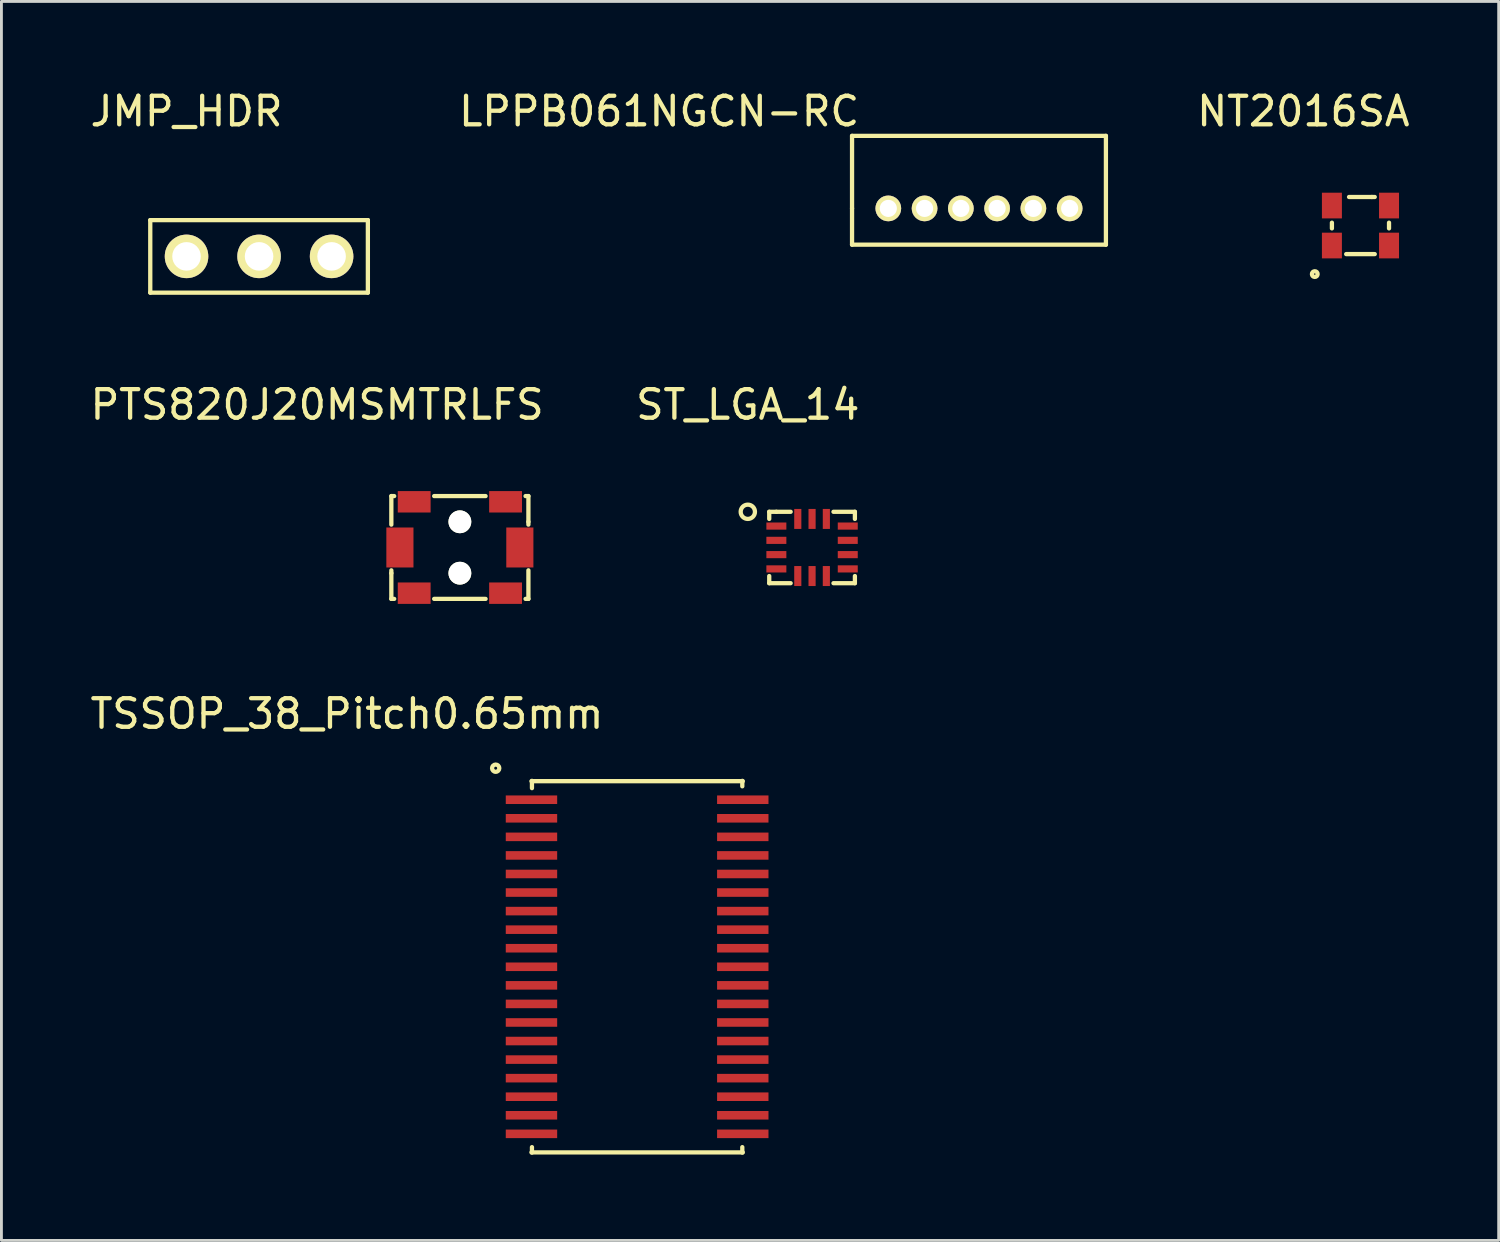
<source format=kicad_pcb>
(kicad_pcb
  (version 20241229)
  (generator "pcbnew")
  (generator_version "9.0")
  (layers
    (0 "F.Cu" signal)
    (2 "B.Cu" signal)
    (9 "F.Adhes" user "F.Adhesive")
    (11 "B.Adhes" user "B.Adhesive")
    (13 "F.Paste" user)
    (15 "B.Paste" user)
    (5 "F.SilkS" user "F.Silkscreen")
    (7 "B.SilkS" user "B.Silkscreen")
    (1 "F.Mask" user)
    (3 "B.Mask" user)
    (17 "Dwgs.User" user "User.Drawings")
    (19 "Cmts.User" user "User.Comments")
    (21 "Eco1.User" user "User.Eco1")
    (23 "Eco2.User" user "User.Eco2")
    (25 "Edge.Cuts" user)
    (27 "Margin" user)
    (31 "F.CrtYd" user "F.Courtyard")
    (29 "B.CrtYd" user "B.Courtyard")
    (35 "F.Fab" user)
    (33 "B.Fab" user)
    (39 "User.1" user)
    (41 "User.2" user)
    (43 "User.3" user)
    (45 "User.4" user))
  (footprint "ST_LGA_14"
    (layer "F.Cu")
    (at 25.387 16.122)
    (property "Reference" "ST_LGA_14" (at -2.25 -5 0) (layer "F.SilkS") (effects (font (size 1 1) (thickness 0.15))))
    (attr through_hole)
    (fp_line (start -1.5 -1.25) (end -1.5 -1) (stroke (width 0.15) (type solid)) (layer "F.SilkS"))
    (fp_line (start -1.5 1) (end -1.5 1.25) (stroke (width 0.15) (type solid)) (layer "F.SilkS"))
    (fp_line (start -1.5 1.25) (end -0.75 1.25) (stroke (width 0.15) (type solid)) (layer "F.SilkS"))
    (fp_line (start -1.25 -1.25) (end -1.5 -1.25) (stroke (width 0.15) (type solid)) (layer "F.SilkS"))
    (fp_line (start -0.75 -1.25) (end -1.25 -1.25) (stroke (width 0.15) (type solid)) (layer "F.SilkS"))
    (fp_line (start 0.75 -1.25) (end 1.5 -1.25) (stroke (width 0.15) (type solid)) (layer "F.SilkS"))
    (fp_line (start 0.75 1.25) (end 1.5 1.25) (stroke (width 0.15) (type solid)) (layer "F.SilkS"))
    (fp_line (start 1.5 -1.25) (end 1.5 -1) (stroke (width 0.15) (type solid)) (layer "F.SilkS"))
    (fp_line (start 1.5 1.25) (end 1.5 1) (stroke (width 0.15) (type solid)) (layer "F.SilkS"))
    (fp_circle (center -2.25 -1.25) (end -2.5 -1.25) (stroke (width 0.15) (type solid)) (fill no) (layer "F.SilkS"))
    (pad "1" smd rect (at -1.25 -0.75) (size 0.7 0.25) (layers "F.Cu" "F.Mask" "F.Paste"))
    (pad "2" smd rect (at -1.25 -0.25) (size 0.7 0.25) (layers "F.Cu" "F.Mask" "F.Paste"))
    (pad "3" smd rect (at -1.25 0.25) (size 0.7 0.25) (layers "F.Cu" "F.Mask" "F.Paste"))
    (pad "4" smd rect (at -1.25 0.75) (size 0.7 0.25) (layers "F.Cu" "F.Mask" "F.Paste"))
    (pad "5" smd rect (at -0.5 1) (size 0.25 0.7) (layers "F.Cu" "F.Mask" "F.Paste"))
    (pad "6" smd rect (at 0 1) (size 0.25 0.7) (layers "F.Cu" "F.Mask" "F.Paste"))
    (pad "7" smd rect (at 0.5 1) (size 0.25 0.7) (layers "F.Cu" "F.Mask" "F.Paste"))
    (pad "8" smd rect (at 1.25 0.75) (size 0.7 0.25) (layers "F.Cu" "F.Mask" "F.Paste"))
    (pad "9" smd rect (at 1.25 0.25) (size 0.7 0.25) (layers "F.Cu" "F.Mask" "F.Paste"))
    (pad "10" smd rect (at 1.25 -0.25) (size 0.7 0.25) (layers "F.Cu" "F.Mask" "F.Paste"))
    (pad "11" smd rect (at 1.25 -0.75) (size 0.7 0.25) (layers "F.Cu" "F.Mask" "F.Paste"))
    (pad "12" smd rect (at 0.5 -1) (size 0.25 0.7) (layers "F.Cu" "F.Mask" "F.Paste"))
    (pad "13" smd rect (at 0 -1) (size 0.25 0.7) (layers "F.Cu" "F.Mask" "F.Paste"))
    (pad "14" smd rect (at -0.5 -1) (size 0.25 0.7) (layers "F.Cu" "F.Mask" "F.Paste")))
  (footprint "JMP_HDR"
    (layer "F.Cu")
    (at 6.022 5.928)
    (property "Reference" "JMP_HDR" (at -2.54 -5.08 0) (layer "F.SilkS") (effects (font (size 1 1) (thickness 0.15))))
    (attr through_hole)
    (fp_line (start -3.81 -1.27) (end -3.81 1.27) (stroke (width 0.15) (type solid)) (layer "F.SilkS"))
    (fp_line (start -3.81 1.27) (end 3.81 1.27) (stroke (width 0.15) (type solid)) (layer "F.SilkS"))
    (fp_line (start 3.81 -1.27) (end -3.81 -1.27) (stroke (width 0.15) (type solid)) (layer "F.SilkS"))
    (fp_line (start 3.81 1.27) (end 3.81 -1.27) (stroke (width 0.15) (type solid)) (layer "F.SilkS"))
    (pad "1" thru_hole circle (at -2.54 0) (size 1.524 1.524) (drill 1) (layers "*.Cu" "*.Mask" "F.SilkS"))
    (pad "2" thru_hole circle (at 0 0) (size 1.524 1.524) (drill 1) (layers "*.Cu" "*.Mask" "F.SilkS"))
    (pad "3" thru_hole circle (at 2.54 0) (size 1.524 1.524) (drill 1) (layers "*.Cu" "*.Mask" "F.SilkS")))
  (footprint "TSSOP_38_Pitch0.65mm"
    (layer "F.Cu")
    (at 19.261 32.105)
    (property "Reference" "TSSOP_38_Pitch0.65mm" (at -10.16 -10.16 0) (layer "F.SilkS") (effects (font (size 1 1) (thickness 0.15))))
    (attr through_hole)
    (fp_line (start -3.7 -7.8) (end 3.7 -7.8) (stroke (width 0.15) (type solid)) (layer "F.SilkS"))
    (fp_line (start -3.7 5.2) (end 3.7 5.2) (stroke (width 0.15) (type solid)) (layer "F.SilkS"))
    (fp_line (start -3.683 -7.811) (end -3.683 -7.556) (stroke (width 0.15) (type solid)) (layer "F.SilkS"))
    (fp_line (start -3.683 5.207) (end -3.683 5.016) (stroke (width 0.15) (type solid)) (layer "F.SilkS"))
    (fp_line (start 3.683 -7.811) (end 3.683 -7.62) (stroke (width 0.15) (type solid)) (layer "F.SilkS"))
    (fp_line (start 3.683 5.207) (end 3.683 5.016) (stroke (width 0.15) (type solid)) (layer "F.SilkS"))
    (fp_circle (center -4.953 -8.255) (end -5.08 -8.255) (stroke (width 0.15) (type solid)) (fill no) (layer "F.SilkS"))
    (pad "1" smd rect (at -3.7 -7.15) (size 1.8 0.3) (layers "F.Cu" "F.Mask" "F.Paste"))
    (pad "2" smd rect (at -3.7 -6.5) (size 1.8 0.3) (layers "F.Cu" "F.Mask" "F.Paste"))
    (pad "3" smd rect (at -3.7 -5.85) (size 1.8 0.3) (layers "F.Cu" "F.Mask" "F.Paste"))
    (pad "4" smd rect (at -3.7 -5.2) (size 1.8 0.3) (layers "F.Cu" "F.Mask" "F.Paste"))
    (pad "5" smd rect (at -3.7 -4.55) (size 1.8 0.3) (layers "F.Cu" "F.Mask" "F.Paste"))
    (pad "6" smd rect (at -3.7 -3.9) (size 1.8 0.3) (layers "F.Cu" "F.Mask" "F.Paste"))
    (pad "7" smd rect (at -3.7 -3.25) (size 1.8 0.3) (layers "F.Cu" "F.Mask" "F.Paste"))
    (pad "8" smd rect (at -3.7 -2.6) (size 1.8 0.3) (layers "F.Cu" "F.Mask" "F.Paste"))
    (pad "9" smd rect (at -3.7 -1.95) (size 1.8 0.3) (layers "F.Cu" "F.Mask" "F.Paste"))
    (pad "10" smd rect (at -3.7 -1.3) (size 1.8 0.3) (layers "F.Cu" "F.Mask" "F.Paste"))
    (pad "11" smd rect (at -3.7 -0.65) (size 1.8 0.3) (layers "F.Cu" "F.Mask" "F.Paste"))
    (pad "12" smd rect (at -3.7 0) (size 1.8 0.3) (layers "F.Cu" "F.Mask" "F.Paste"))
    (pad "13" smd rect (at -3.7 0.65) (size 1.8 0.3) (layers "F.Cu" "F.Mask" "F.Paste"))
    (pad "14" smd rect (at -3.7 1.3) (size 1.8 0.3) (layers "F.Cu" "F.Mask" "F.Paste"))
    (pad "15" smd rect (at -3.7 1.95) (size 1.8 0.3) (layers "F.Cu" "F.Mask" "F.Paste"))
    (pad "16" smd rect (at -3.7 2.6) (size 1.8 0.3) (layers "F.Cu" "F.Mask" "F.Paste"))
    (pad "17" smd rect (at -3.7 3.25) (size 1.8 0.3) (layers "F.Cu" "F.Mask" "F.Paste"))
    (pad "18" smd rect (at -3.7 3.9) (size 1.8 0.3) (layers "F.Cu" "F.Mask" "F.Paste"))
    (pad "19" smd rect (at -3.7 4.55) (size 1.8 0.3) (layers "F.Cu" "F.Mask" "F.Paste"))
    (pad "20" smd rect (at 3.7 4.55) (size 1.8 0.3) (layers "F.Cu" "F.Mask" "F.Paste"))
    (pad "21" smd rect (at 3.7 3.9) (size 1.8 0.3) (layers "F.Cu" "F.Mask" "F.Paste"))
    (pad "22" smd rect (at 3.7 3.25) (size 1.8 0.3) (layers "F.Cu" "F.Mask" "F.Paste"))
    (pad "23" smd rect (at 3.7 2.6) (size 1.8 0.3) (layers "F.Cu" "F.Mask" "F.Paste"))
    (pad "24" smd rect (at 3.7 1.95) (size 1.8 0.3) (layers "F.Cu" "F.Mask" "F.Paste"))
    (pad "25" smd rect (at 3.7 1.3) (size 1.8 0.3) (layers "F.Cu" "F.Mask" "F.Paste"))
    (pad "26" smd rect (at 3.7 0.65) (size 1.8 0.3) (layers "F.Cu" "F.Mask" "F.Paste"))
    (pad "27" smd rect (at 3.7 0) (size 1.8 0.3) (layers "F.Cu" "F.Mask" "F.Paste"))
    (pad "28" smd rect (at 3.7 -0.65) (size 1.8 0.3) (layers "F.Cu" "F.Mask" "F.Paste"))
    (pad "29" smd rect (at 3.7 -1.3) (size 1.8 0.3) (layers "F.Cu" "F.Mask" "F.Paste"))
    (pad "30" smd rect (at 3.7 -1.95) (size 1.8 0.3) (layers "F.Cu" "F.Mask" "F.Paste"))
    (pad "31" smd rect (at 3.7 -2.6) (size 1.8 0.3) (layers "F.Cu" "F.Mask" "F.Paste"))
    (pad "32" smd rect (at 3.7 -3.25) (size 1.8 0.3) (layers "F.Cu" "F.Mask" "F.Paste"))
    (pad "33" smd rect (at 3.7 -3.9) (size 1.8 0.3) (layers "F.Cu" "F.Mask" "F.Paste"))
    (pad "34" smd rect (at 3.7 -4.55) (size 1.8 0.3) (layers "F.Cu" "F.Mask" "F.Paste"))
    (pad "35" smd rect (at 3.7 -5.2) (size 1.8 0.3) (layers "F.Cu" "F.Mask" "F.Paste"))
    (pad "36" smd rect (at 3.7 -5.85) (size 1.8 0.3) (layers "F.Cu" "F.Mask" "F.Paste"))
    (pad "37" smd rect (at 3.7 -6.5) (size 1.8 0.3) (layers "F.Cu" "F.Mask" "F.Paste"))
    (pad "38" smd rect (at 3.7 -7.15) (size 1.8 0.3) (layers "F.Cu" "F.Mask" "F.Paste")))
  (footprint "LPPB061NGCN-RC"
    (layer "F.Cu")
    (at 31.232 4.248)
    (property "Reference" "LPPB061NGCN-RC" (at -11.2 -3.4 0) (layer "F.SilkS") (effects (font (size 1 1) (thickness 0.15))))
    (attr through_hole)
    (fp_line (start -4.445 -2.54) (end 4.445 -2.54) (stroke (width 0.15) (type solid)) (layer "F.SilkS"))
    (fp_line (start -4.445 0) (end -4.445 -2.54) (stroke (width 0.15) (type solid)) (layer "F.SilkS"))
    (fp_line (start -4.445 1.27) (end -4.445 0) (stroke (width 0.15) (type solid)) (layer "F.SilkS"))
    (fp_line (start 4.445 -2.54) (end 4.445 1.27) (stroke (width 0.15) (type solid)) (layer "F.SilkS"))
    (fp_line (start 4.445 1.27) (end -4.445 1.27) (stroke (width 0.15) (type solid)) (layer "F.SilkS"))
    (pad "1" thru_hole circle (at -3.175 0) (size 0.9 0.9) (drill 0.6) (layers "*.Cu" "*.Mask" "F.SilkS"))
    (pad "2" thru_hole circle (at -1.905 0) (size 0.9 0.9) (drill 0.6) (layers "*.Cu" "*.Mask" "F.SilkS"))
    (pad "3" thru_hole circle (at -0.635 0) (size 0.9 0.9) (drill 0.6) (layers "*.Cu" "*.Mask" "F.SilkS"))
    (pad "4" thru_hole circle (at 0.635 0) (size 0.9 0.9) (drill 0.6) (layers "*.Cu" "*.Mask" "F.SilkS"))
    (pad "5" thru_hole circle (at 1.905 0) (size 0.9 0.9) (drill 0.6) (layers "*.Cu" "*.Mask" "F.SilkS"))
    (pad "6" thru_hole circle (at 3.175 0) (size 0.9 0.9) (drill 0.6) (layers "*.Cu" "*.Mask" "F.SilkS")))
  (footprint "NT2016SA"
    (layer "F.Cu")
    (at 44.591 4.848)
    (property "Reference" "NT2016SA" (at -2 -4 0) (layer "F.SilkS") (effects (font (size 1 1) (thickness 0.15))))
    (attr through_hole)
    (fp_line (start -1 -0.1) (end -1 0.1) (stroke (width 0.15) (type solid)) (layer "F.SilkS"))
    (fp_line (start -0.5 1) (end 0.5 1) (stroke (width 0.15) (type solid)) (layer "F.SilkS"))
    (fp_line (start -0.4 -1) (end 0.4 -1) (stroke (width 0.15) (type solid)) (layer "F.SilkS"))
    (fp_line (start 0.4 -1) (end 0.5 -1) (stroke (width 0.15) (type solid)) (layer "F.SilkS"))
    (fp_line (start 1 -0.1) (end 1 0.1) (stroke (width 0.15) (type solid)) (layer "F.SilkS"))
    (fp_circle (center -1.6 1.7) (end -1.7 1.7) (stroke (width 0.15) (type solid)) (fill no) (layer "F.SilkS"))
    (pad "1" smd rect (at -1 0.7) (size 0.7 0.9) (layers "F.Cu" "F.Mask" "F.Paste"))
    (pad "2" smd rect (at 1 0.7) (size 0.7 0.9) (layers "F.Cu" "F.Mask" "F.Paste"))
    (pad "3" smd rect (at 1 -0.7) (size 0.7 0.9) (layers "F.Cu" "F.Mask" "F.Paste"))
    (pad "4" smd rect (at -1 -0.7) (size 0.7 0.9) (layers "F.Cu" "F.Mask" "F.Paste")))
  (footprint "PTS820J20MSMTRLFS"
    (layer "F.Cu")
    (at 13.054 16.122)
    (property "Reference" "PTS820J20MSMTRLFS" (at -5 -5 0) (layer "F.SilkS") (effects (font (size 1 1) (thickness 0.15))))
    (attr through_hole)
    (fp_line (start -2.4 -1.8) (end -2.3 -1.8) (stroke (width 0.15) (type solid)) (layer "F.SilkS"))
    (fp_line (start -2.4 -0.8) (end -2.4 -1.8) (stroke (width 0.15) (type solid)) (layer "F.SilkS"))
    (fp_line (start -2.4 0.8) (end -2.4 0.9) (stroke (width 0.15) (type solid)) (layer "F.SilkS"))
    (fp_line (start -2.4 0.9) (end -2.4 1.8) (stroke (width 0.15) (type solid)) (layer "F.SilkS"))
    (fp_line (start -2.4 1.8) (end -2.3 1.8) (stroke (width 0.15) (type solid)) (layer "F.SilkS"))
    (fp_line (start -0.9 -1.8) (end 0.9 -1.8) (stroke (width 0.15) (type solid)) (layer "F.SilkS"))
    (fp_line (start -0.9 1.8) (end 0.9 1.8) (stroke (width 0.15) (type solid)) (layer "F.SilkS"))
    (fp_line (start 2.3 1.8) (end 2.4 1.8) (stroke (width 0.15) (type solid)) (layer "F.SilkS"))
    (fp_line (start 2.4 -1.8) (end 2.3 -1.8) (stroke (width 0.15) (type solid)) (layer "F.SilkS"))
    (fp_line (start 2.4 -0.9) (end 2.4 -1.8) (stroke (width 0.15) (type solid)) (layer "F.SilkS"))
    (fp_line (start 2.4 -0.9) (end 2.4 -0.8) (stroke (width 0.15) (type solid)) (layer "F.SilkS"))
    (fp_line (start 2.4 1.8) (end 2.4 0.8) (stroke (width 0.15) (type solid)) (layer "F.SilkS"))
    (pad "" np_thru_hole circle (at 0 -0.9) (size 0.8 0.8) (drill 0.8) (layers "*.Cu" "*.Mask" "F.SilkS"))
    (pad "" np_thru_hole circle (at 0 0.9) (size 0.8 0.8) (drill 0.8) (layers "*.Cu" "*.Mask" "F.SilkS"))
    (pad "1" smd rect (at -2.1 0) (size 0.95 1.4) (layers "F.Cu" "F.Mask" "F.Paste"))
    (pad "2" smd rect (at 2.1 0) (size 0.95 1.4) (layers "F.Cu" "F.Mask" "F.Paste"))
    (pad "3" smd rect (at -1.6 -1.6) (size 1.15 0.75) (layers "F.Cu" "F.Mask" "F.Paste"))
    (pad "4" smd rect (at 1.6 1.6) (size 1.15 0.75) (layers "F.Cu" "F.Mask" "F.Paste"))
    (pad "5" smd rect (at 1.6 -1.6) (size 1.15 0.75) (layers "F.Cu" "F.Mask" "F.Paste"))
    (pad "6" smd rect (at -1.6 1.6) (size 1.15 0.75) (layers "F.Cu" "F.Mask" "F.Paste")))
  (gr_rect
    (start -3 -3)
    (end 49.431 40.387)
    (stroke (width 0.1) (type default))
    (fill no)
    (layer "Edge.Cuts")))
</source>
